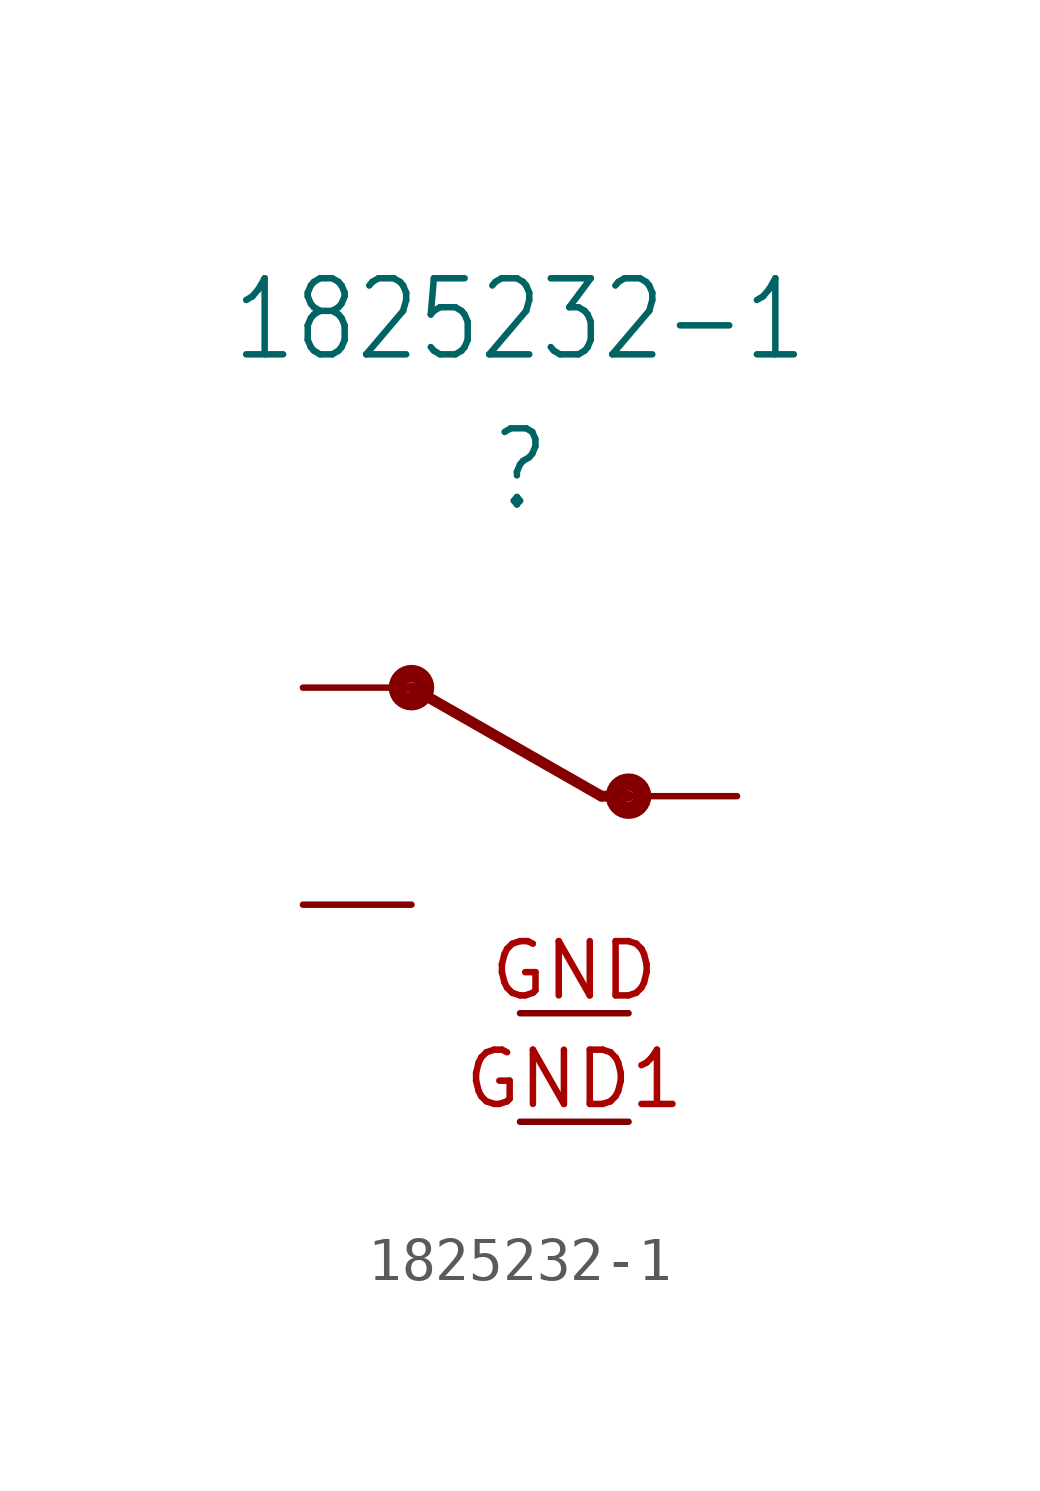
<source format=kicad_sym>
(kicad_symbol_lib
  (version 20211014)
  (generator kicad_symbol_editor)
  (symbol "1825232-1"
    (property "Reference" ""
      (at 0 1.525 0)
      (effects (font (size 1.779 1.512)) (justify bottom)))
    (property "Value" "1825232-1"
      (at 0 7.118 0)
      (effects (font (size 1.78 1.512)) (justify top)))
    (property "ki_locked" ""
      (at 0 0 0)
      (effects (font (size 1.27 1.27))))
    (symbol "1825232-1_1_0"
      (circle (center -2.54 -2.54) (radius 0.127) (stroke (width 0.406) (type default) (color 0 0 0 0)) (fill (type none)))
      (polyline (pts (xy -2.54 -2.54) (xy 1.905 -5.08)) (stroke (width 0.254) (type default) (color 0 0 0 0)) (fill (type none)))
      (polyline (pts (xy 1.905 -5.08) (xy 2.54 -5.08)) (stroke (width 0.254) (type default) (color 0 0 0 0)) (fill (type none)))
      (circle (center 2.54 -5.08) (radius 0.127) (stroke (width 0.406) (type default) (color 0 0 0 0)) (fill (type none)))
      (pin passive line (at -5.08 -7.62 0) (length 2.54) (name "1" (effects (font (size 0 0)))) (number "1" (effects (font (size 0 0)))))
      (pin passive line (at 5.08 -5.08 180) (length 2.54) (name "2" (effects (font (size 0 0)))) (number "2" (effects (font (size 0 0)))))
      (pin passive line (at -5.08 -2.54 0) (length 2.54) (name "3" (effects (font (size 0 0)))) (number "3" (effects (font (size 0 0)))))
      (pin passive line (at 2.54 -10.16 180) (length 2.54) (name "GND" (effects (font (size 0 0)))) (number "GND" (effects (font (size 1.27 1.27)))))
      (pin passive line (at 2.54 -12.7 180) (length 2.54) (name "GND1" (effects (font (size 0 0)))) (number "GND1" (effects (font (size 1.27 1.27))))))))
</source>
